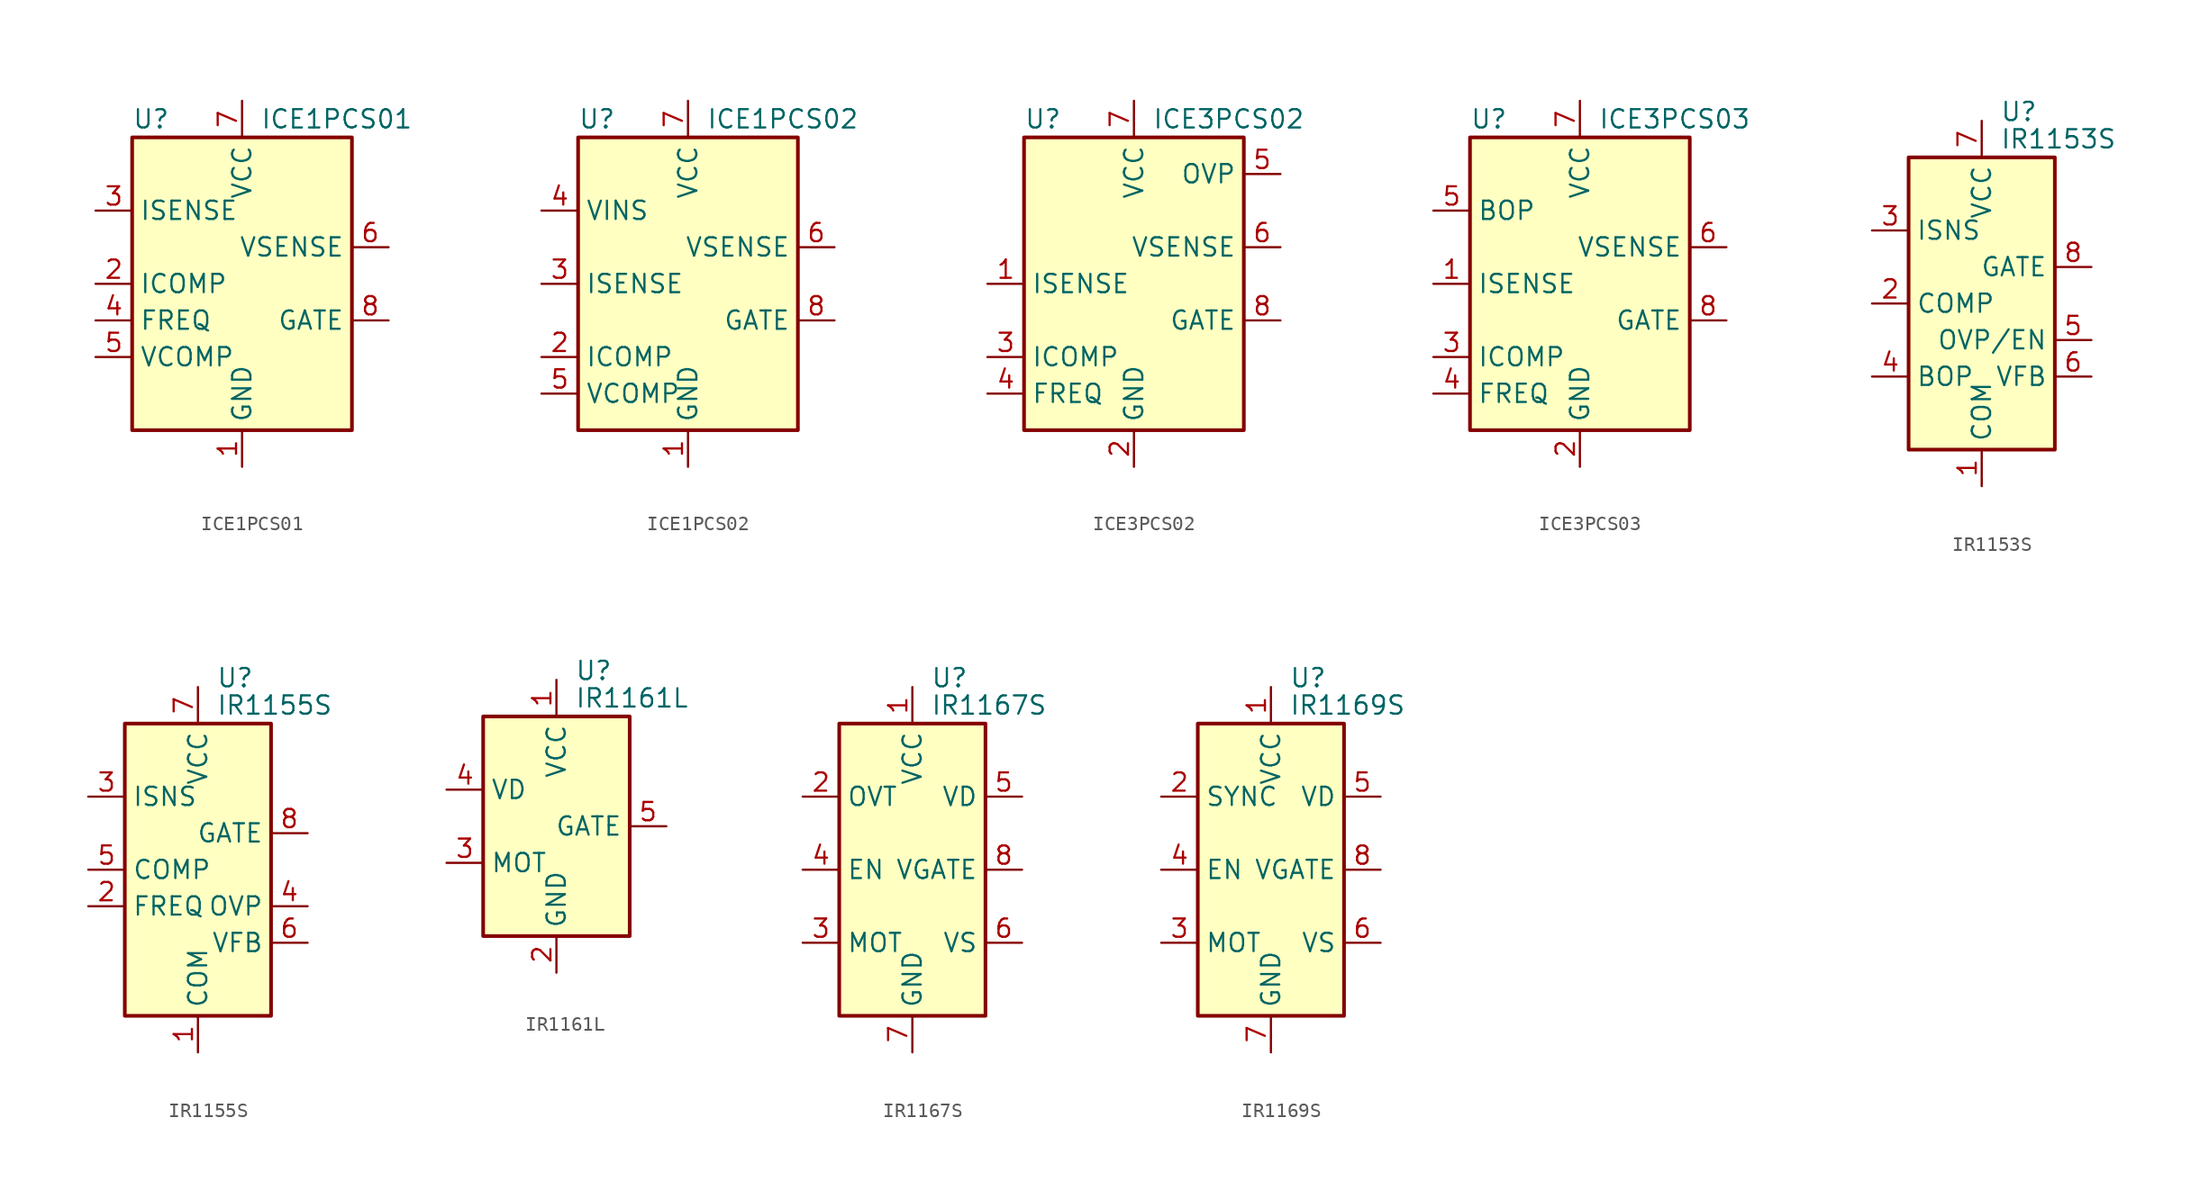
<source format=kicad_sym>
(kicad_symbol_lib
  (version 20201005)
  (generator kicad_symbol_editor)
  (symbol "Regulator_Controller:ICE1PCS01"
    (property "Reference" "U"
      (at -7.62 11.43 0)
      (effects (font (size 1.27 1.27)) (justify left)))
    (property "Value" "ICE1PCS01"
      (at 1.27 11.43 0)
      (effects (font (size 1.27 1.27)) (justify left)))
    (symbol "ICE1PCS01_0_0"
      (rectangle (start -7.62 10.16) (end 7.62 -10.16) (stroke (width 0.254)) (fill (type background))))
    (symbol "ICE1PCS01_1_1"
      (pin power_in line (at 0 -12.7 90) (length 2.54) (name "GND" (effects (font (size 1.27 1.27)))) (number "1" (effects (font (size 1.27 1.27)))))
      (pin passive line (at -10.16 0 0) (length 2.54) (name "ICOMP" (effects (font (size 1.27 1.27)))) (number "2" (effects (font (size 1.27 1.27)))))
      (pin input line (at -10.16 5.08 0) (length 2.54) (name "ISENSE" (effects (font (size 1.27 1.27)))) (number "3" (effects (font (size 1.27 1.27)))))
      (pin passive line (at -10.16 -2.54 0) (length 2.54) (name "FREQ" (effects (font (size 1.27 1.27)))) (number "4" (effects (font (size 1.27 1.27)))))
      (pin passive line (at -10.16 -5.08 0) (length 2.54) (name "VCOMP" (effects (font (size 1.27 1.27)))) (number "5" (effects (font (size 1.27 1.27)))))
      (pin input line (at 10.16 2.54 180) (length 2.54) (name "VSENSE" (effects (font (size 1.27 1.27)))) (number "6" (effects (font (size 1.27 1.27)))))
      (pin power_in line (at 0 12.7 270) (length 2.54) (name "VCC" (effects (font (size 1.27 1.27)))) (number "7" (effects (font (size 1.27 1.27)))))
      (pin output line (at 10.16 -2.54 180) (length 2.54) (name "GATE" (effects (font (size 1.27 1.27)))) (number "8" (effects (font (size 1.27 1.27)))))))
  (symbol "Regulator_Controller:ICE1PCS02"
    (property "Reference" "U"
      (at -7.62 11.43 0)
      (effects (font (size 1.27 1.27)) (justify left)))
    (property "Value" "ICE1PCS02"
      (at 1.27 11.43 0)
      (effects (font (size 1.27 1.27)) (justify left)))
    (symbol "ICE1PCS02_0_0"
      (rectangle (start -7.62 10.16) (end 7.62 -10.16) (stroke (width 0.254)) (fill (type background))))
    (symbol "ICE1PCS02_1_1"
      (pin power_in line (at 0 -12.7 90) (length 2.54) (name "GND" (effects (font (size 1.27 1.27)))) (number "1" (effects (font (size 1.27 1.27)))))
      (pin passive line (at -10.16 -5.08 0) (length 2.54) (name "ICOMP" (effects (font (size 1.27 1.27)))) (number "2" (effects (font (size 1.27 1.27)))))
      (pin input line (at -10.16 0 0) (length 2.54) (name "ISENSE" (effects (font (size 1.27 1.27)))) (number "3" (effects (font (size 1.27 1.27)))))
      (pin input line (at -10.16 5.08 0) (length 2.54) (name "VINS" (effects (font (size 1.27 1.27)))) (number "4" (effects (font (size 1.27 1.27)))))
      (pin passive line (at -10.16 -7.62 0) (length 2.54) (name "VCOMP" (effects (font (size 1.27 1.27)))) (number "5" (effects (font (size 1.27 1.27)))))
      (pin input line (at 10.16 2.54 180) (length 2.54) (name "VSENSE" (effects (font (size 1.27 1.27)))) (number "6" (effects (font (size 1.27 1.27)))))
      (pin power_in line (at 0 12.7 270) (length 2.54) (name "VCC" (effects (font (size 1.27 1.27)))) (number "7" (effects (font (size 1.27 1.27)))))
      (pin output line (at 10.16 -2.54 180) (length 2.54) (name "GATE" (effects (font (size 1.27 1.27)))) (number "8" (effects (font (size 1.27 1.27)))))))
  (symbol "Regulator_Controller:ICE3PCS02"
    (property "Reference" "U"
      (at -7.62 11.43 0)
      (effects (font (size 1.27 1.27)) (justify left)))
    (property "Value" "ICE3PCS02"
      (at 1.27 11.43 0)
      (effects (font (size 1.27 1.27)) (justify left)))
    (symbol "ICE3PCS02_0_0"
      (rectangle (start -7.62 10.16) (end 7.62 -10.16) (stroke (width 0.254)) (fill (type background))))
    (symbol "ICE3PCS02_1_1"
      (pin input line (at -10.16 0 0) (length 2.54) (name "ISENSE" (effects (font (size 1.27 1.27)))) (number "1" (effects (font (size 1.27 1.27)))))
      (pin power_in line (at 0 -12.7 90) (length 2.54) (name "GND" (effects (font (size 1.27 1.27)))) (number "2" (effects (font (size 1.27 1.27)))))
      (pin passive line (at -10.16 -5.08 0) (length 2.54) (name "ICOMP" (effects (font (size 1.27 1.27)))) (number "3" (effects (font (size 1.27 1.27)))))
      (pin passive line (at -10.16 -7.62 0) (length 2.54) (name "FREQ" (effects (font (size 1.27 1.27)))) (number "4" (effects (font (size 1.27 1.27)))))
      (pin input line (at 10.16 7.62 180) (length 2.54) (name "OVP" (effects (font (size 1.27 1.27)))) (number "5" (effects (font (size 1.27 1.27)))))
      (pin input line (at 10.16 2.54 180) (length 2.54) (name "VSENSE" (effects (font (size 1.27 1.27)))) (number "6" (effects (font (size 1.27 1.27)))))
      (pin power_in line (at 0 12.7 270) (length 2.54) (name "VCC" (effects (font (size 1.27 1.27)))) (number "7" (effects (font (size 1.27 1.27)))))
      (pin output line (at 10.16 -2.54 180) (length 2.54) (name "GATE" (effects (font (size 1.27 1.27)))) (number "8" (effects (font (size 1.27 1.27)))))))
  (symbol "Regulator_Controller:ICE3PCS03"
    (property "Reference" "U"
      (at -7.62 11.43 0)
      (effects (font (size 1.27 1.27)) (justify left)))
    (property "Value" "ICE3PCS03"
      (at 1.27 11.43 0)
      (effects (font (size 1.27 1.27)) (justify left)))
    (symbol "ICE3PCS03_0_0"
      (rectangle (start -7.62 10.16) (end 7.62 -10.16) (stroke (width 0.254)) (fill (type background))))
    (symbol "ICE3PCS03_1_1"
      (pin input line (at -10.16 0 0) (length 2.54) (name "ISENSE" (effects (font (size 1.27 1.27)))) (number "1" (effects (font (size 1.27 1.27)))))
      (pin power_in line (at 0 -12.7 90) (length 2.54) (name "GND" (effects (font (size 1.27 1.27)))) (number "2" (effects (font (size 1.27 1.27)))))
      (pin passive line (at -10.16 -5.08 0) (length 2.54) (name "ICOMP" (effects (font (size 1.27 1.27)))) (number "3" (effects (font (size 1.27 1.27)))))
      (pin passive line (at -10.16 -7.62 0) (length 2.54) (name "FREQ" (effects (font (size 1.27 1.27)))) (number "4" (effects (font (size 1.27 1.27)))))
      (pin input line (at -10.16 5.08 0) (length 2.54) (name "BOP" (effects (font (size 1.27 1.27)))) (number "5" (effects (font (size 1.27 1.27)))))
      (pin input line (at 10.16 2.54 180) (length 2.54) (name "VSENSE" (effects (font (size 1.27 1.27)))) (number "6" (effects (font (size 1.27 1.27)))))
      (pin power_in line (at 0 12.7 270) (length 2.54) (name "VCC" (effects (font (size 1.27 1.27)))) (number "7" (effects (font (size 1.27 1.27)))))
      (pin output line (at 10.16 -2.54 180) (length 2.54) (name "GATE" (effects (font (size 1.27 1.27)))) (number "8" (effects (font (size 1.27 1.27)))))))
  (symbol "Regulator_Controller:IR1153S"
    (property "Reference" "U"
      (at 1.27 13.335 0)
      (effects (font (size 1.27 1.27)) (justify left)))
    (property "Value" "IR1153S"
      (at 1.27 11.43 0)
      (effects (font (size 1.27 1.27)) (justify left)))
    (symbol "IR1153S_0_1"
      (rectangle (start -5.08 -10.16) (end 5.08 10.16) (stroke (width 0.254)) (fill (type background))))
    (symbol "IR1153S_1_1"
      (pin power_in line (at 0 -12.7 90) (length 2.54) (name "COM" (effects (font (size 1.27 1.27)))) (number "1" (effects (font (size 1.27 1.27)))))
      (pin output line (at -7.62 0 0) (length 2.54) (name "COMP" (effects (font (size 1.27 1.27)))) (number "2" (effects (font (size 1.27 1.27)))))
      (pin passive line (at -7.62 5.08 0) (length 2.54) (name "ISNS" (effects (font (size 1.27 1.27)))) (number "3" (effects (font (size 1.27 1.27)))))
      (pin input line (at -7.62 -5.08 0) (length 2.54) (name "BOP" (effects (font (size 1.27 1.27)))) (number "4" (effects (font (size 1.27 1.27)))))
      (pin input line (at 7.62 -2.54 180) (length 2.54) (name "OVP/EN" (effects (font (size 1.27 1.27)))) (number "5" (effects (font (size 1.27 1.27)))))
      (pin input line (at 7.62 -5.08 180) (length 2.54) (name "VFB" (effects (font (size 1.27 1.27)))) (number "6" (effects (font (size 1.27 1.27)))))
      (pin power_in line (at 0 12.7 270) (length 2.54) (name "VCC" (effects (font (size 1.27 1.27)))) (number "7" (effects (font (size 1.27 1.27)))))
      (pin output line (at 7.62 2.54 180) (length 2.54) (name "GATE" (effects (font (size 1.27 1.27)))) (number "8" (effects (font (size 1.27 1.27)))))))
  (symbol "Regulator_Controller:IR1155S"
    (property "Reference" "U"
      (at 1.27 13.335 0)
      (effects (font (size 1.27 1.27)) (justify left)))
    (property "Value" "IR1155S"
      (at 1.27 11.43 0)
      (effects (font (size 1.27 1.27)) (justify left)))
    (symbol "IR1155S_0_1"
      (rectangle (start -5.08 -10.16) (end 5.08 10.16) (stroke (width 0.254)) (fill (type background))))
    (symbol "IR1155S_1_1"
      (pin power_in line (at 0 -12.7 90) (length 2.54) (name "COM" (effects (font (size 1.27 1.27)))) (number "1" (effects (font (size 1.27 1.27)))))
      (pin passive line (at -7.62 -2.54 0) (length 2.54) (name "FREQ" (effects (font (size 1.27 1.27)))) (number "2" (effects (font (size 1.27 1.27)))))
      (pin passive line (at -7.62 5.08 0) (length 2.54) (name "ISNS" (effects (font (size 1.27 1.27)))) (number "3" (effects (font (size 1.27 1.27)))))
      (pin input line (at 7.62 -2.54 180) (length 2.54) (name "OVP" (effects (font (size 1.27 1.27)))) (number "4" (effects (font (size 1.27 1.27)))))
      (pin output line (at -7.62 0 0) (length 2.54) (name "COMP" (effects (font (size 1.27 1.27)))) (number "5" (effects (font (size 1.27 1.27)))))
      (pin input line (at 7.62 -5.08 180) (length 2.54) (name "VFB" (effects (font (size 1.27 1.27)))) (number "6" (effects (font (size 1.27 1.27)))))
      (pin power_in line (at 0 12.7 270) (length 2.54) (name "VCC" (effects (font (size 1.27 1.27)))) (number "7" (effects (font (size 1.27 1.27)))))
      (pin output line (at 7.62 2.54 180) (length 2.54) (name "GATE" (effects (font (size 1.27 1.27)))) (number "8" (effects (font (size 1.27 1.27)))))))
  (symbol "Regulator_Controller:IR1161L"
    (property "Reference" "U"
      (at 1.27 10.795 0)
      (effects (font (size 1.27 1.27)) (justify left)))
    (property "Value" "IR1161L"
      (at 1.27 8.89 0)
      (effects (font (size 1.27 1.27)) (justify left)))
    (symbol "IR1161L_0_1"
      (rectangle (start -5.08 -7.62) (end 5.08 7.62) (stroke (width 0.254)) (fill (type background))))
    (symbol "IR1161L_1_1"
      (pin power_in line (at 0 10.16 270) (length 2.54) (name "VCC" (effects (font (size 1.27 1.27)))) (number "1" (effects (font (size 1.27 1.27)))))
      (pin power_in line (at 0 -10.16 90) (length 2.54) (name "GND" (effects (font (size 1.27 1.27)))) (number "2" (effects (font (size 1.27 1.27)))))
      (pin passive line (at -7.62 -2.54 0) (length 2.54) (name "MOT" (effects (font (size 1.27 1.27)))) (number "3" (effects (font (size 1.27 1.27)))))
      (pin input line (at -7.62 2.54 0) (length 2.54) (name "VD" (effects (font (size 1.27 1.27)))) (number "4" (effects (font (size 1.27 1.27)))))
      (pin output line (at 7.62 0 180) (length 2.54) (name "GATE" (effects (font (size 1.27 1.27)))) (number "5" (effects (font (size 1.27 1.27)))))))
  (symbol "Regulator_Controller:IR1167S"
    (property "Reference" "U"
      (at 1.27 13.335 0)
      (effects (font (size 1.27 1.27)) (justify left)))
    (property "Value" "IR1167S"
      (at 1.27 11.43 0)
      (effects (font (size 1.27 1.27)) (justify left)))
    (symbol "IR1167S_0_1"
      (rectangle (start -5.08 -10.16) (end 5.08 10.16) (stroke (width 0.254)) (fill (type background))))
    (symbol "IR1167S_1_1"
      (pin power_in line (at 0 12.7 270) (length 2.54) (name "VCC" (effects (font (size 1.27 1.27)))) (number "1" (effects (font (size 1.27 1.27)))))
      (pin input line (at -7.62 5.08 0) (length 2.54) (name "OVT" (effects (font (size 1.27 1.27)))) (number "2" (effects (font (size 1.27 1.27)))))
      (pin passive line (at -7.62 -5.08 0) (length 2.54) (name "MOT" (effects (font (size 1.27 1.27)))) (number "3" (effects (font (size 1.27 1.27)))))
      (pin input line (at -7.62 0 0) (length 2.54) (name "EN" (effects (font (size 1.27 1.27)))) (number "4" (effects (font (size 1.27 1.27)))))
      (pin input line (at 7.62 5.08 180) (length 2.54) (name "VD" (effects (font (size 1.27 1.27)))) (number "5" (effects (font (size 1.27 1.27)))))
      (pin input line (at 7.62 -5.08 180) (length 2.54) (name "VS" (effects (font (size 1.27 1.27)))) (number "6" (effects (font (size 1.27 1.27)))))
      (pin power_in line (at 0 -12.7 90) (length 2.54) (name "GND" (effects (font (size 1.27 1.27)))) (number "7" (effects (font (size 1.27 1.27)))))
      (pin output line (at 7.62 0 180) (length 2.54) (name "VGATE" (effects (font (size 1.27 1.27)))) (number "8" (effects (font (size 1.27 1.27)))))))
  (symbol "Regulator_Controller:IR1169S"
    (property "Reference" "U"
      (at 1.27 13.335 0)
      (effects (font (size 1.27 1.27)) (justify left)))
    (property "Value" "IR1169S"
      (at 1.27 11.43 0)
      (effects (font (size 1.27 1.27)) (justify left)))
    (symbol "IR1169S_0_1"
      (rectangle (start -5.08 -10.16) (end 5.08 10.16) (stroke (width 0.254)) (fill (type background))))
    (symbol "IR1169S_1_1"
      (pin power_in line (at 0 12.7 270) (length 2.54) (name "VCC" (effects (font (size 1.27 1.27)))) (number "1" (effects (font (size 1.27 1.27)))))
      (pin input line (at -7.62 5.08 0) (length 2.54) (name "SYNC" (effects (font (size 1.27 1.27)))) (number "2" (effects (font (size 1.27 1.27)))))
      (pin passive line (at -7.62 -5.08 0) (length 2.54) (name "MOT" (effects (font (size 1.27 1.27)))) (number "3" (effects (font (size 1.27 1.27)))))
      (pin input line (at -7.62 0 0) (length 2.54) (name "EN" (effects (font (size 1.27 1.27)))) (number "4" (effects (font (size 1.27 1.27)))))
      (pin input line (at 7.62 5.08 180) (length 2.54) (name "VD" (effects (font (size 1.27 1.27)))) (number "5" (effects (font (size 1.27 1.27)))))
      (pin input line (at 7.62 -5.08 180) (length 2.54) (name "VS" (effects (font (size 1.27 1.27)))) (number "6" (effects (font (size 1.27 1.27)))))
      (pin power_in line (at 0 -12.7 90) (length 2.54) (name "GND" (effects (font (size 1.27 1.27)))) (number "7" (effects (font (size 1.27 1.27)))))
      (pin output line (at 7.62 0 180) (length 2.54) (name "VGATE" (effects (font (size 1.27 1.27)))) (number "8" (effects (font (size 1.27 1.27))))))))
</source>
